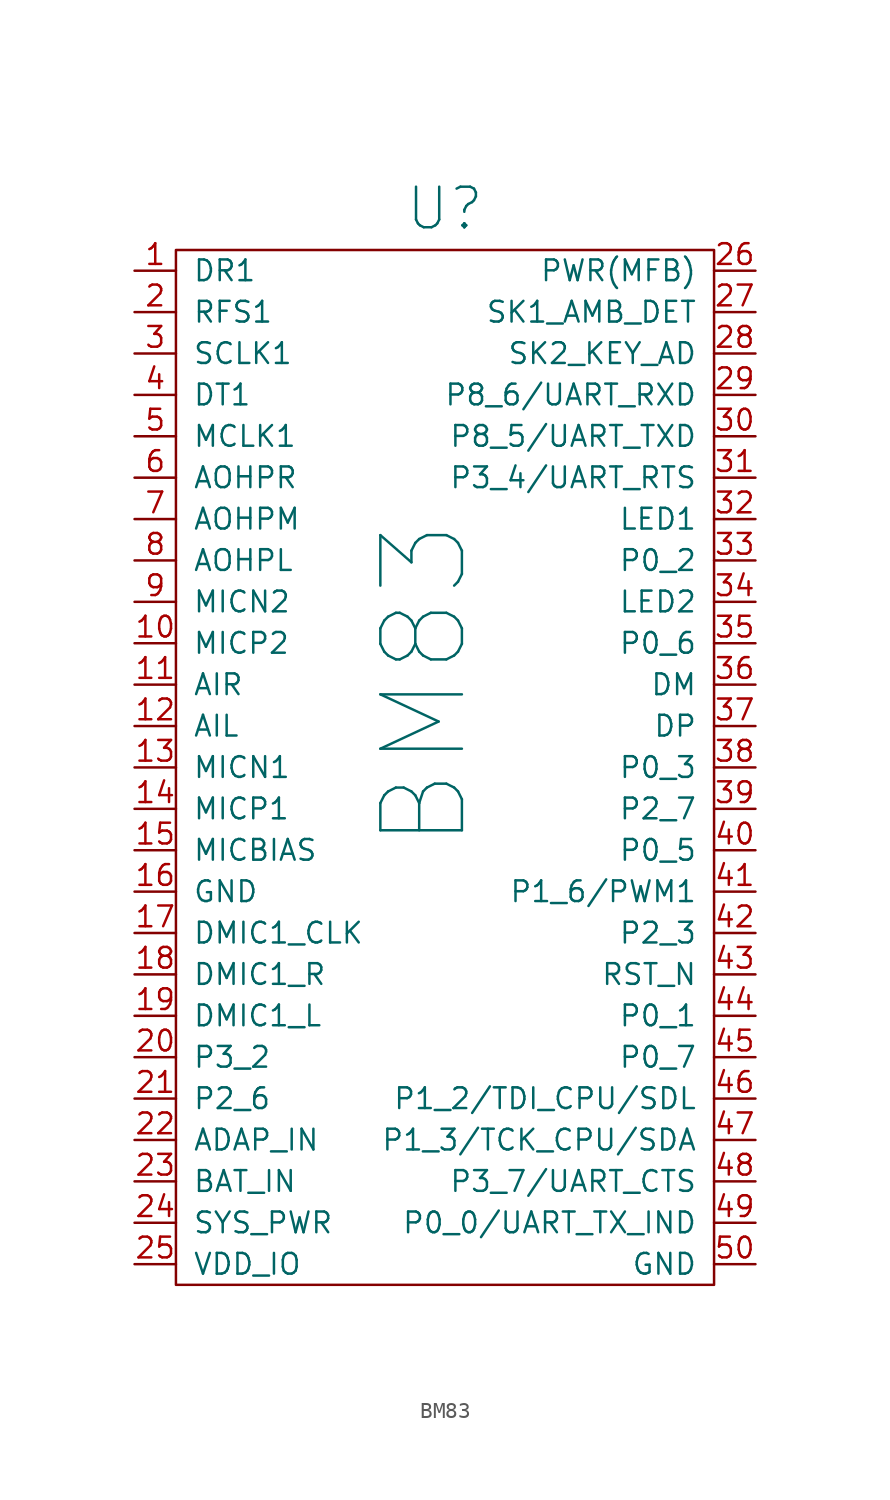
<source format=kicad_sym>
(kicad_symbol_lib
  (version 20220914)
  (generator kicad_symbol_editor)
  (symbol "BM83"
    (pin_names
      (offset 1.016))
    (property "Reference" "U"
      (at 16.51 2.54 0)
      (effects (font (size 2.489 2.489))))
    (property "Value" "BM83"
      (at 15.24 -26.67 90)
      (effects (font (size 5.004 5.004))))
    (symbol "BM83_0_1"
      (rectangle (start 0 0) (end 33.02 -63.5) (stroke (width 0) (type solid)) (fill (type none))))
    (symbol "BM83_1_1"
      (pin input line (at -2.54 -1.27 0) (length 2.54) (name "DR1" (effects (font (size 1.27 1.27)))) (number "1" (effects (font (size 1.27 1.27)))))
      (pin input line (at -2.54 -24.13 0) (length 2.54) (name "MICP2" (effects (font (size 1.27 1.27)))) (number "10" (effects (font (size 1.27 1.27)))))
      (pin input line (at -2.54 -26.67 0) (length 2.54) (name "AIR" (effects (font (size 1.27 1.27)))) (number "11" (effects (font (size 1.27 1.27)))))
      (pin input line (at -2.54 -29.21 0) (length 2.54) (name "AIL" (effects (font (size 1.27 1.27)))) (number "12" (effects (font (size 1.27 1.27)))))
      (pin input line (at -2.54 -31.75 0) (length 2.54) (name "MICN1" (effects (font (size 1.27 1.27)))) (number "13" (effects (font (size 1.27 1.27)))))
      (pin input line (at -2.54 -34.29 0) (length 2.54) (name "MICP1" (effects (font (size 1.27 1.27)))) (number "14" (effects (font (size 1.27 1.27)))))
      (pin power_out line (at -2.54 -36.83 0) (length 2.54) (name "MICBIAS" (effects (font (size 1.27 1.27)))) (number "15" (effects (font (size 1.27 1.27)))))
      (pin power_in line (at -2.54 -39.37 0) (length 2.54) (name "GND" (effects (font (size 1.27 1.27)))) (number "16" (effects (font (size 1.27 1.27)))))
      (pin output line (at -2.54 -41.91 0) (length 2.54) (name "DMIC1_CLK" (effects (font (size 1.27 1.27)))) (number "17" (effects (font (size 1.27 1.27)))))
      (pin input line (at -2.54 -44.45 0) (length 2.54) (name "DMIC1_R" (effects (font (size 1.27 1.27)))) (number "18" (effects (font (size 1.27 1.27)))))
      (pin input line (at -2.54 -46.99 0) (length 2.54) (name "DMIC1_L" (effects (font (size 1.27 1.27)))) (number "19" (effects (font (size 1.27 1.27)))))
      (pin bidirectional line (at -2.54 -3.81 0) (length 2.54) (name "RFS1" (effects (font (size 1.27 1.27)))) (number "2" (effects (font (size 1.27 1.27)))))
      (pin bidirectional line (at -2.54 -49.53 0) (length 2.54) (name "P3_2" (effects (font (size 1.27 1.27)))) (number "20" (effects (font (size 1.27 1.27)))))
      (pin bidirectional line (at -2.54 -52.07 0) (length 2.54) (name "P2_6" (effects (font (size 1.27 1.27)))) (number "21" (effects (font (size 1.27 1.27)))))
      (pin power_in line (at -2.54 -54.61 0) (length 2.54) (name "ADAP_IN" (effects (font (size 1.27 1.27)))) (number "22" (effects (font (size 1.27 1.27)))))
      (pin power_in line (at -2.54 -57.15 0) (length 2.54) (name "BAT_IN" (effects (font (size 1.27 1.27)))) (number "23" (effects (font (size 1.27 1.27)))))
      (pin power_out line (at -2.54 -59.69 0) (length 2.54) (name "SYS_PWR" (effects (font (size 1.27 1.27)))) (number "24" (effects (font (size 1.27 1.27)))))
      (pin power_out line (at -2.54 -62.23 0) (length 2.54) (name "VDD_IO" (effects (font (size 1.27 1.27)))) (number "25" (effects (font (size 1.27 1.27)))))
      (pin input line (at 35.56 -1.27 180) (length 2.54) (name "PWR(MFB)" (effects (font (size 1.27 1.27)))) (number "26" (effects (font (size 1.27 1.27)))))
      (pin input line (at 35.56 -3.81 180) (length 2.54) (name "SK1_AMB_DET" (effects (font (size 1.27 1.27)))) (number "27" (effects (font (size 1.27 1.27)))))
      (pin input line (at 35.56 -6.35 180) (length 2.54) (name "SK2_KEY_AD" (effects (font (size 1.27 1.27)))) (number "28" (effects (font (size 1.27 1.27)))))
      (pin bidirectional line (at 35.56 -8.89 180) (length 2.54) (name "P8_6/UART_RXD" (effects (font (size 1.27 1.27)))) (number "29" (effects (font (size 1.27 1.27)))))
      (pin bidirectional line (at -2.54 -6.35 0) (length 2.54) (name "SCLK1" (effects (font (size 1.27 1.27)))) (number "3" (effects (font (size 1.27 1.27)))))
      (pin bidirectional line (at 35.56 -11.43 180) (length 2.54) (name "P8_5/UART_TXD" (effects (font (size 1.27 1.27)))) (number "30" (effects (font (size 1.27 1.27)))))
      (pin bidirectional line (at 35.56 -13.97 180) (length 2.54) (name "P3_4/UART_RTS" (effects (font (size 1.27 1.27)))) (number "31" (effects (font (size 1.27 1.27)))))
      (pin input line (at 35.56 -16.51 180) (length 2.54) (name "LED1" (effects (font (size 1.27 1.27)))) (number "32" (effects (font (size 1.27 1.27)))))
      (pin bidirectional line (at 35.56 -19.05 180) (length 2.54) (name "P0_2" (effects (font (size 1.27 1.27)))) (number "33" (effects (font (size 1.27 1.27)))))
      (pin bidirectional line (at 35.56 -21.59 180) (length 2.54) (name "LED2" (effects (font (size 1.27 1.27)))) (number "34" (effects (font (size 1.27 1.27)))))
      (pin bidirectional line (at 35.56 -24.13 180) (length 2.54) (name "P0_6" (effects (font (size 1.27 1.27)))) (number "35" (effects (font (size 1.27 1.27)))))
      (pin bidirectional line (at 35.56 -26.67 180) (length 2.54) (name "DM" (effects (font (size 1.27 1.27)))) (number "36" (effects (font (size 1.27 1.27)))))
      (pin bidirectional line (at 35.56 -29.21 180) (length 2.54) (name "DP" (effects (font (size 1.27 1.27)))) (number "37" (effects (font (size 1.27 1.27)))))
      (pin bidirectional line (at 35.56 -31.75 180) (length 2.54) (name "P0_3" (effects (font (size 1.27 1.27)))) (number "38" (effects (font (size 1.27 1.27)))))
      (pin bidirectional line (at 35.56 -34.29 180) (length 2.54) (name "P2_7" (effects (font (size 1.27 1.27)))) (number "39" (effects (font (size 1.27 1.27)))))
      (pin output line (at -2.54 -8.89 0) (length 2.54) (name "DT1" (effects (font (size 1.27 1.27)))) (number "4" (effects (font (size 1.27 1.27)))))
      (pin bidirectional line (at 35.56 -36.83 180) (length 2.54) (name "P0_5" (effects (font (size 1.27 1.27)))) (number "40" (effects (font (size 1.27 1.27)))))
      (pin bidirectional line (at 35.56 -39.37 180) (length 2.54) (name "P1_6/PWM1" (effects (font (size 1.27 1.27)))) (number "41" (effects (font (size 1.27 1.27)))))
      (pin bidirectional line (at 35.56 -41.91 180) (length 2.54) (name "P2_3" (effects (font (size 1.27 1.27)))) (number "42" (effects (font (size 1.27 1.27)))))
      (pin input line (at 35.56 -44.45 180) (length 2.54) (name "RST_N" (effects (font (size 1.27 1.27)))) (number "43" (effects (font (size 1.27 1.27)))))
      (pin bidirectional line (at 35.56 -46.99 180) (length 2.54) (name "P0_1" (effects (font (size 1.27 1.27)))) (number "44" (effects (font (size 1.27 1.27)))))
      (pin bidirectional line (at 35.56 -49.53 180) (length 2.54) (name "P0_7" (effects (font (size 1.27 1.27)))) (number "45" (effects (font (size 1.27 1.27)))))
      (pin bidirectional line (at 35.56 -52.07 180) (length 2.54) (name "P1_2/TDI_CPU/SDL" (effects (font (size 1.27 1.27)))) (number "46" (effects (font (size 1.27 1.27)))))
      (pin bidirectional line (at 35.56 -54.61 180) (length 2.54) (name "P1_3/TCK_CPU/SDA" (effects (font (size 1.27 1.27)))) (number "47" (effects (font (size 1.27 1.27)))))
      (pin bidirectional line (at 35.56 -57.15 180) (length 2.54) (name "P3_7/UART_CTS" (effects (font (size 1.27 1.27)))) (number "48" (effects (font (size 1.27 1.27)))))
      (pin bidirectional line (at 35.56 -59.69 180) (length 2.54) (name "P0_0/UART_TX_IND" (effects (font (size 1.27 1.27)))) (number "49" (effects (font (size 1.27 1.27)))))
      (pin output line (at -2.54 -11.43 0) (length 2.54) (name "MCLK1" (effects (font (size 1.27 1.27)))) (number "5" (effects (font (size 1.27 1.27)))))
      (pin power_in line (at 35.56 -62.23 180) (length 2.54) (name "GND" (effects (font (size 1.27 1.27)))) (number "50" (effects (font (size 1.27 1.27)))))
      (pin output line (at -2.54 -13.97 0) (length 2.54) (name "AOHPR" (effects (font (size 1.27 1.27)))) (number "6" (effects (font (size 1.27 1.27)))))
      (pin output line (at -2.54 -16.51 0) (length 2.54) (name "AOHPM" (effects (font (size 1.27 1.27)))) (number "7" (effects (font (size 1.27 1.27)))))
      (pin output line (at -2.54 -19.05 0) (length 2.54) (name "AOHPL" (effects (font (size 1.27 1.27)))) (number "8" (effects (font (size 1.27 1.27)))))
      (pin input line (at -2.54 -21.59 0) (length 2.54) (name "MICN2" (effects (font (size 1.27 1.27)))) (number "9" (effects (font (size 1.27 1.27))))))))
</source>
